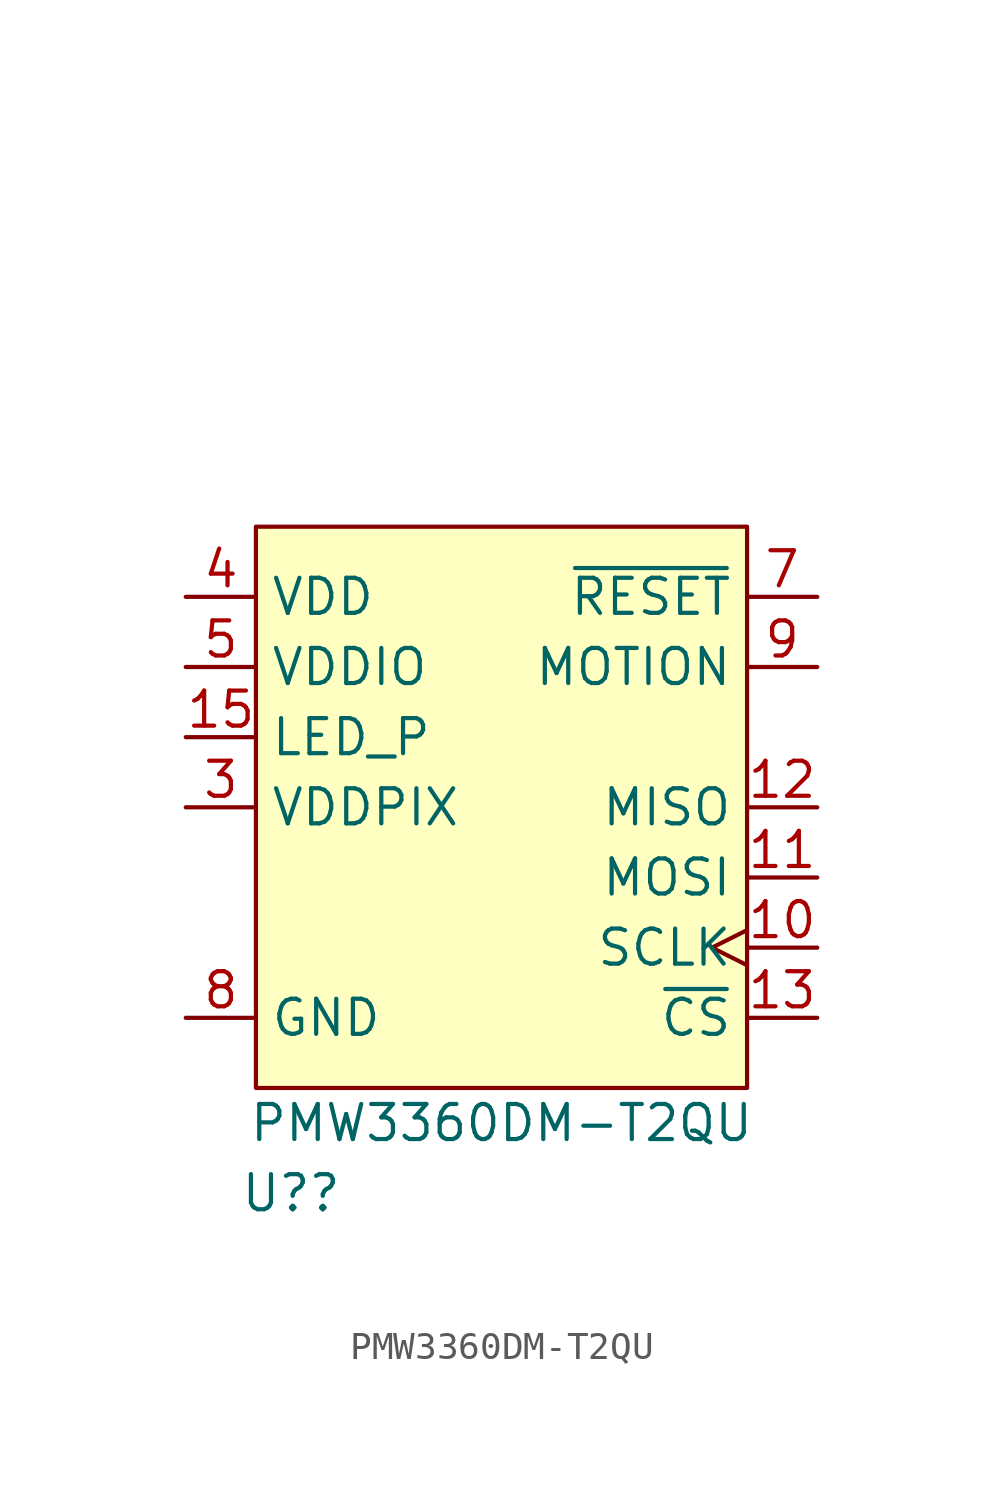
<source format=kicad_sym>
(kicad_symbol_lib
  (version 20220914)
  (generator kicad_symbol_editor)
  (symbol "PMW3360DM-T2QU"
    (property "Reference" "U?"
      (at -7.62 -13.97 0)
      (effects (font (size 1.27 1.27))))
    (property "Value" "PMW3360DM-T2QU"
      (at 0 -11.43 0)
      (effects (font (size 1.27 1.27))))
    (symbol "PMW3360DM-T2QU_0_1"
      (rectangle (start -8.89 10.16) (end 8.89 -10.16) (stroke (width 0) (type default)) (fill (type background))))
    (symbol "PMW3360DM-T2QU_1_1"
      (pin no_connect line (at -2.54 13.97 180) (length 2.54) hide (name "NC" (effects (font (size 1.27 1.27)))) (number "1" (effects (font (size 1.27 1.27)))))
      (pin input clock (at 11.43 -5.08 180) (length 2.54) (name "SCLK" (effects (font (size 1.27 1.27)))) (number "10" (effects (font (size 1.27 1.27)))))
      (pin input line (at 11.43 -2.54 180) (length 2.54) (name "MOSI" (effects (font (size 1.27 1.27)))) (number "11" (effects (font (size 1.27 1.27)))))
      (pin output line (at 11.43 0 180) (length 2.54) (name "MISO" (effects (font (size 1.27 1.27)))) (number "12" (effects (font (size 1.27 1.27)))))
      (pin input line (at 11.43 -7.62 180) (length 2.54) (name "~{CS}" (effects (font (size 1.27 1.27)))) (number "13" (effects (font (size 1.27 1.27)))))
      (pin no_connect inverted (at -2.54 19.05 180) (length 2.54) hide (name "NC" (effects (font (size 1.27 1.27)))) (number "14" (effects (font (size 1.27 1.27)))))
      (pin power_in line (at -11.43 2.54 0) (length 2.54) (name "LED_P" (effects (font (size 1.27 1.27)))) (number "15" (effects (font (size 1.27 1.27)))))
      (pin no_connect line (at -2.54 21.59 180) (length 2.54) hide (name "NC" (effects (font (size 1.27 1.27)))) (number "16" (effects (font (size 1.27 1.27)))))
      (pin no_connect line (at -2.54 16.51 180) (length 2.54) hide (name "NC" (effects (font (size 1.27 1.27)))) (number "2" (effects (font (size 1.27 1.27)))))
      (pin power_out line (at -11.43 0 0) (length 2.54) (name "VDDPIX" (effects (font (size 1.27 1.27)))) (number "3" (effects (font (size 1.27 1.27)))))
      (pin power_in line (at -11.43 7.62 0) (length 2.54) (name "VDD" (effects (font (size 1.27 1.27)))) (number "4" (effects (font (size 1.27 1.27)))))
      (pin power_in line (at -11.43 5.08 0) (length 2.54) (name "VDDIO" (effects (font (size 1.27 1.27)))) (number "5" (effects (font (size 1.27 1.27)))))
      (pin no_connect line (at -2.54 11.43 180) (length 2.54) hide (name "NC" (effects (font (size 1.27 1.27)))) (number "6" (effects (font (size 1.27 1.27)))))
      (pin input line (at 11.43 7.62 180) (length 2.54) (name "~{RESET}" (effects (font (size 1.27 1.27)))) (number "7" (effects (font (size 1.27 1.27)))))
      (pin power_in line (at -11.43 -7.62 0) (length 2.54) (name "GND" (effects (font (size 1.27 1.27)))) (number "8" (effects (font (size 1.27 1.27)))))
      (pin output line (at 11.43 5.08 180) (length 2.54) (name "MOTION" (effects (font (size 1.27 1.27)))) (number "9" (effects (font (size 1.27 1.27))))))))
</source>
